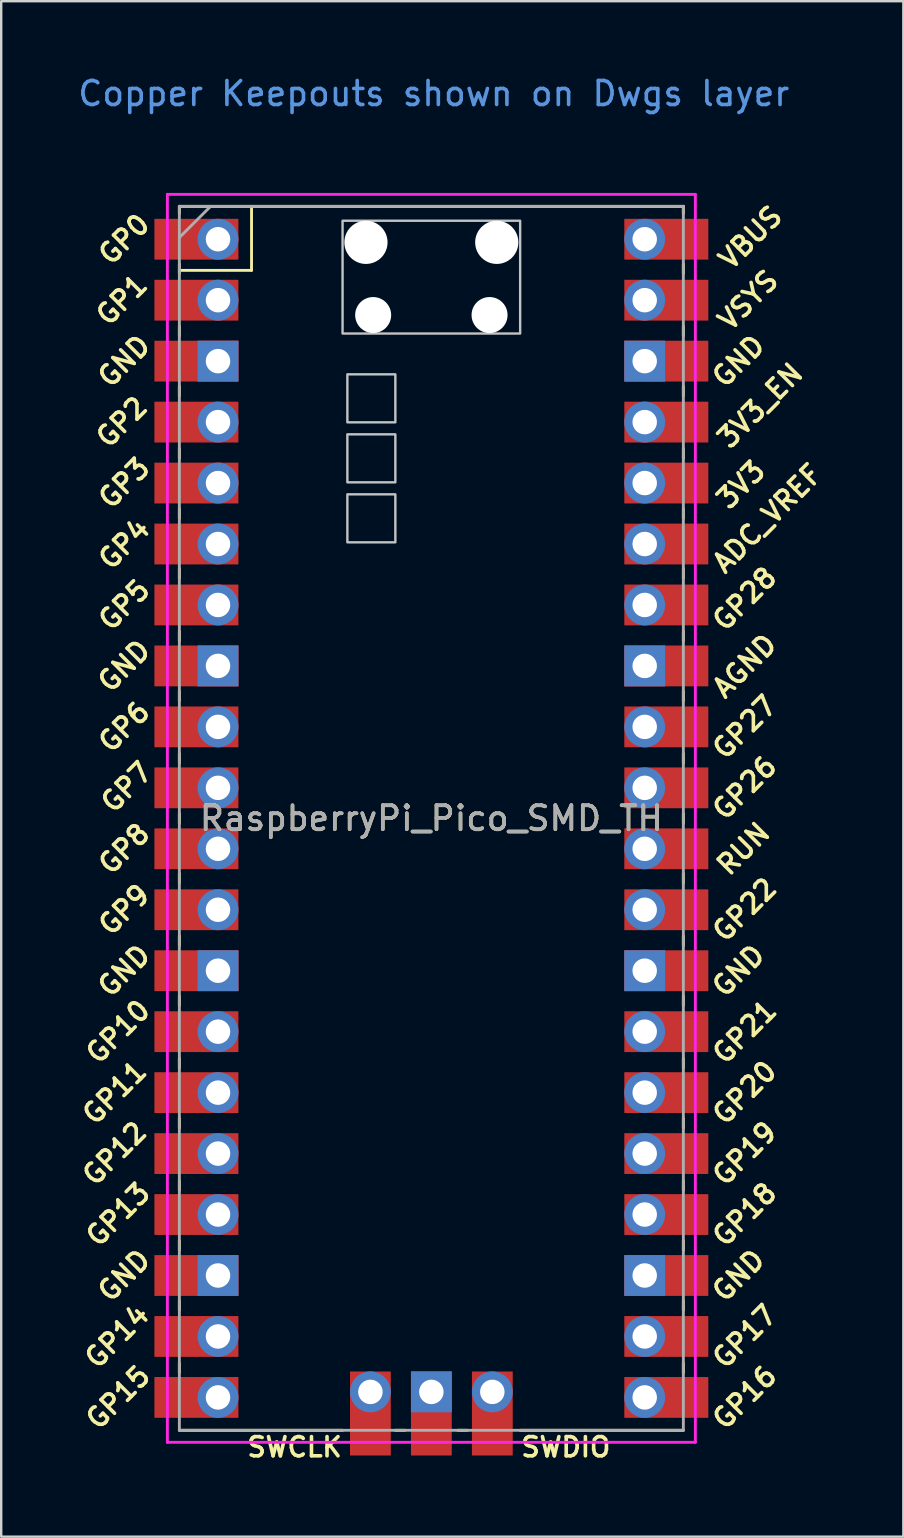
<source format=kicad_pcb>
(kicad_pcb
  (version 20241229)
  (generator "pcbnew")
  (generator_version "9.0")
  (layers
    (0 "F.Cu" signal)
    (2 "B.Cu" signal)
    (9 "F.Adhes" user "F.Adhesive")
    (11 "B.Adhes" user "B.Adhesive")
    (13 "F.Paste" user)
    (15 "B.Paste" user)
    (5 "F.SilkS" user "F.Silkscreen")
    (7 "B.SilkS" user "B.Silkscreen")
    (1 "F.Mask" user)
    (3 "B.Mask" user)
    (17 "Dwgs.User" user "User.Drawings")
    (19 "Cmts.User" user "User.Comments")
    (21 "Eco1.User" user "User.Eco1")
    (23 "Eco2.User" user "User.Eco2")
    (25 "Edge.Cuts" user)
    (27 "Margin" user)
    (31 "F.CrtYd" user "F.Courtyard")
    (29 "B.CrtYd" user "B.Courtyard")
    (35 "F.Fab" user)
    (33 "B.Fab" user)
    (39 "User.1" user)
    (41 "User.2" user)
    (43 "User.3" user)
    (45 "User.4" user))
  (footprint "RaspberryPi_Pico_SMD_TH"
    (layer "F.Cu")
    (at 14.924 31.048)
    (property "Reference" "RaspberryPi_Pico_SMD_TH" (at 0 0 0) (layer "F.SilkS") (effects (font (size 1 1) (thickness 0.15))))
    (attr through_hole)
    (fp_line (start -10.5 -25.5) (end -10.5 -25.2) (stroke (width 0.12) (type solid)) (layer "F.SilkS"))
    (fp_line (start -10.5 -25.5) (end 10.5 -25.5) (stroke (width 0.12) (type solid)) (layer "F.SilkS"))
    (fp_line (start -10.5 -23.1) (end -10.5 -22.7) (stroke (width 0.12) (type solid)) (layer "F.SilkS"))
    (fp_line (start -10.5 -22.833) (end -7.493 -22.833) (stroke (width 0.12) (type solid)) (layer "F.SilkS"))
    (fp_line (start -10.5 -20.5) (end -10.5 -20.1) (stroke (width 0.12) (type solid)) (layer "F.SilkS"))
    (fp_line (start -10.5 -18) (end -10.5 -17.6) (stroke (width 0.12) (type solid)) (layer "F.SilkS"))
    (fp_line (start -10.5 -15.4) (end -10.5 -15) (stroke (width 0.12) (type solid)) (layer "F.SilkS"))
    (fp_line (start -10.5 -12.9) (end -10.5 -12.5) (stroke (width 0.12) (type solid)) (layer "F.SilkS"))
    (fp_line (start -10.5 -10.4) (end -10.5 -10) (stroke (width 0.12) (type solid)) (layer "F.SilkS"))
    (fp_line (start -10.5 -7.8) (end -10.5 -7.4) (stroke (width 0.12) (type solid)) (layer "F.SilkS"))
    (fp_line (start -10.5 -5.3) (end -10.5 -4.9) (stroke (width 0.12) (type solid)) (layer "F.SilkS"))
    (fp_line (start -10.5 -2.7) (end -10.5 -2.3) (stroke (width 0.12) (type solid)) (layer "F.SilkS"))
    (fp_line (start -10.5 -0.2) (end -10.5 0.2) (stroke (width 0.12) (type solid)) (layer "F.SilkS"))
    (fp_line (start -10.5 2.3) (end -10.5 2.7) (stroke (width 0.12) (type solid)) (layer "F.SilkS"))
    (fp_line (start -10.5 4.9) (end -10.5 5.3) (stroke (width 0.12) (type solid)) (layer "F.SilkS"))
    (fp_line (start -10.5 7.4) (end -10.5 7.8) (stroke (width 0.12) (type solid)) (layer "F.SilkS"))
    (fp_line (start -10.5 10) (end -10.5 10.4) (stroke (width 0.12) (type solid)) (layer "F.SilkS"))
    (fp_line (start -10.5 12.5) (end -10.5 12.9) (stroke (width 0.12) (type solid)) (layer "F.SilkS"))
    (fp_line (start -10.5 15.1) (end -10.5 15.5) (stroke (width 0.12) (type solid)) (layer "F.SilkS"))
    (fp_line (start -10.5 17.6) (end -10.5 18) (stroke (width 0.12) (type solid)) (layer "F.SilkS"))
    (fp_line (start -10.5 20.1) (end -10.5 20.5) (stroke (width 0.12) (type solid)) (layer "F.SilkS"))
    (fp_line (start -10.5 22.7) (end -10.5 23.1) (stroke (width 0.12) (type solid)) (layer "F.SilkS"))
    (fp_line (start -7.493 -22.833) (end -7.493 -25.5) (stroke (width 0.12) (type solid)) (layer "F.SilkS"))
    (fp_line (start -3.7 25.5) (end -10.5 25.5) (stroke (width 0.12) (type solid)) (layer "F.SilkS"))
    (fp_line (start -1.5 25.5) (end -1.1 25.5) (stroke (width 0.12) (type solid)) (layer "F.SilkS"))
    (fp_line (start 1.1 25.5) (end 1.5 25.5) (stroke (width 0.12) (type solid)) (layer "F.SilkS"))
    (fp_line (start 10.5 -25.5) (end 10.5 -25.2) (stroke (width 0.12) (type solid)) (layer "F.SilkS"))
    (fp_line (start 10.5 -23.1) (end 10.5 -22.7) (stroke (width 0.12) (type solid)) (layer "F.SilkS"))
    (fp_line (start 10.5 -20.5) (end 10.5 -20.1) (stroke (width 0.12) (type solid)) (layer "F.SilkS"))
    (fp_line (start 10.5 -18) (end 10.5 -17.6) (stroke (width 0.12) (type solid)) (layer "F.SilkS"))
    (fp_line (start 10.5 -15.4) (end 10.5 -15) (stroke (width 0.12) (type solid)) (layer "F.SilkS"))
    (fp_line (start 10.5 -12.9) (end 10.5 -12.5) (stroke (width 0.12) (type solid)) (layer "F.SilkS"))
    (fp_line (start 10.5 -10.4) (end 10.5 -10) (stroke (width 0.12) (type solid)) (layer "F.SilkS"))
    (fp_line (start 10.5 -7.8) (end 10.5 -7.4) (stroke (width 0.12) (type solid)) (layer "F.SilkS"))
    (fp_line (start 10.5 -5.3) (end 10.5 -4.9) (stroke (width 0.12) (type solid)) (layer "F.SilkS"))
    (fp_line (start 10.5 -2.7) (end 10.5 -2.3) (stroke (width 0.12) (type solid)) (layer "F.SilkS"))
    (fp_line (start 10.5 -0.2) (end 10.5 0.2) (stroke (width 0.12) (type solid)) (layer "F.SilkS"))
    (fp_line (start 10.5 2.3) (end 10.5 2.7) (stroke (width 0.12) (type solid)) (layer "F.SilkS"))
    (fp_line (start 10.5 4.9) (end 10.5 5.3) (stroke (width 0.12) (type solid)) (layer "F.SilkS"))
    (fp_line (start 10.5 7.4) (end 10.5 7.8) (stroke (width 0.12) (type solid)) (layer "F.SilkS"))
    (fp_line (start 10.5 10) (end 10.5 10.4) (stroke (width 0.12) (type solid)) (layer "F.SilkS"))
    (fp_line (start 10.5 12.5) (end 10.5 12.9) (stroke (width 0.12) (type solid)) (layer "F.SilkS"))
    (fp_line (start 10.5 15.1) (end 10.5 15.5) (stroke (width 0.12) (type solid)) (layer "F.SilkS"))
    (fp_line (start 10.5 17.6) (end 10.5 18) (stroke (width 0.12) (type solid)) (layer "F.SilkS"))
    (fp_line (start 10.5 20.1) (end 10.5 20.5) (stroke (width 0.12) (type solid)) (layer "F.SilkS"))
    (fp_line (start 10.5 22.7) (end 10.5 23.1) (stroke (width 0.12) (type solid)) (layer "F.SilkS"))
    (fp_line (start 10.5 25.5) (end 3.7 25.5) (stroke (width 0.12) (type solid)) (layer "F.SilkS"))
    (fp_poly (pts (xy -1.5 -16.5) (xy -3.5 -16.5) (xy -3.5 -18.5) (xy -1.5 -18.5)) (stroke (width 0.1) (type solid)) (fill no) (layer "Dwgs.User"))
    (fp_poly (pts (xy -1.5 -14) (xy -3.5 -14) (xy -3.5 -16) (xy -1.5 -16)) (stroke (width 0.1) (type solid)) (fill no) (layer "Dwgs.User"))
    (fp_poly (pts (xy -1.5 -11.5) (xy -3.5 -11.5) (xy -3.5 -13.5) (xy -1.5 -13.5)) (stroke (width 0.1) (type solid)) (fill no) (layer "Dwgs.User"))
    (fp_poly (pts (xy 3.7 -20.2) (xy -3.7 -20.2) (xy -3.7 -24.9) (xy 3.7 -24.9)) (stroke (width 0.1) (type solid)) (fill no) (layer "Dwgs.User"))
    (fp_line (start -11 -26) (end 11 -26) (stroke (width 0.12) (type solid)) (layer "F.CrtYd"))
    (fp_line (start -11 26) (end -11 -26) (stroke (width 0.12) (type solid)) (layer "F.CrtYd"))
    (fp_line (start 11 -26) (end 11 26) (stroke (width 0.12) (type solid)) (layer "F.CrtYd"))
    (fp_line (start 11 26) (end -11 26) (stroke (width 0.12) (type solid)) (layer "F.CrtYd"))
    (fp_line (start -10.5 -25.5) (end 10.5 -25.5) (stroke (width 0.12) (type solid)) (layer "F.Fab"))
    (fp_line (start -10.5 -24.2) (end -9.2 -25.5) (stroke (width 0.12) (type solid)) (layer "F.Fab"))
    (fp_line (start -10.5 25.5) (end -10.5 -25.5) (stroke (width 0.12) (type solid)) (layer "F.Fab"))
    (fp_line (start 10.5 -25.5) (end 10.5 25.5) (stroke (width 0.12) (type solid)) (layer "F.Fab"))
    (fp_line (start 10.5 25.5) (end -10.5 25.5) (stroke (width 0.12) (type solid)) (layer "F.Fab"))
    (fp_text user "GP0" (at -12.8 -24.13 45) (layer "F.SilkS") (effects (font (size 0.8 0.8) (thickness 0.15))))
    (fp_text user "GND" (at 12.8 -19.05 45) (layer "F.SilkS") (effects (font (size 0.8 0.8) (thickness 0.15))))
    (fp_text user "GP28" (at 13.054 -9.144 45) (layer "F.SilkS") (effects (font (size 0.8 0.8) (thickness 0.15))))
    (fp_text user "GP11" (at -13.2 11.43 45) (layer "F.SilkS") (effects (font (size 0.8 0.8) (thickness 0.15))))
    (fp_text user "GP27" (at 13.054 -3.8 45) (layer "F.SilkS") (effects (font (size 0.8 0.8) (thickness 0.15))))
    (fp_text user "GP2" (at -12.9 -16.51 45) (layer "F.SilkS") (effects (font (size 0.8 0.8) (thickness 0.15))))
    (fp_text user "GND" (at -12.8 -6.35 45) (layer "F.SilkS") (effects (font (size 0.8 0.8) (thickness 0.15))))
    (fp_text user "GP9" (at -12.8 3.81 45) (layer "F.SilkS") (effects (font (size 0.8 0.8) (thickness 0.15))))
    (fp_text user "GP17" (at 13.054 21.59 45) (layer "F.SilkS") (effects (font (size 0.8 0.8) (thickness 0.15))))
    (fp_text user "GP8" (at -12.8 1.27 45) (layer "F.SilkS") (effects (font (size 0.8 0.8) (thickness 0.15))))
    (fp_text user "GP18" (at 13.054 16.51 45) (layer "F.SilkS") (effects (font (size 0.8 0.8) (thickness 0.15))))
    (fp_text user "VSYS" (at 13.2 -21.59 45) (layer "F.SilkS") (effects (font (size 0.8 0.8) (thickness 0.15))))
    (fp_text user "GP14" (at -13.1 21.59 45) (layer "F.SilkS") (effects (font (size 0.8 0.8) (thickness 0.15))))
    (fp_text user "VBUS" (at 13.3 -24.2 45) (layer "F.SilkS") (effects (font (size 0.8 0.8) (thickness 0.15))))
    (fp_text user "GP13" (at -13.054 16.51 45) (layer "F.SilkS") (effects (font (size 0.8 0.8) (thickness 0.15))))
    (fp_text user "GP19" (at 13.054 13.97 45) (layer "F.SilkS") (effects (font (size 0.8 0.8) (thickness 0.15))))
    (fp_text user "3V3" (at 12.9 -13.9 45) (layer "F.SilkS") (effects (font (size 0.8 0.8) (thickness 0.15))))
    (fp_text user "GP26" (at 13.054 -1.27 45) (layer "F.SilkS") (effects (font (size 0.8 0.8) (thickness 0.15))))
    (fp_text user "RUN" (at 13 1.27 45) (layer "F.SilkS") (effects (font (size 0.8 0.8) (thickness 0.15))))
    (fp_text user "3V3_EN" (at 13.7 -17.2 45) (layer "F.SilkS") (effects (font (size 0.8 0.8) (thickness 0.15))))
    (fp_text user "SWDIO" (at 5.6 26.2 0) (layer "F.SilkS") (effects (font (size 0.8 0.8) (thickness 0.15))))
    (fp_text user "GP16" (at 13.054 24.13 45) (layer "F.SilkS") (effects (font (size 0.8 0.8) (thickness 0.15))))
    (fp_text user "GND" (at 12.8 6.35 45) (layer "F.SilkS") (effects (font (size 0.8 0.8) (thickness 0.15))))
    (fp_text user "GP10" (at -13.054 8.89 45) (layer "F.SilkS") (effects (font (size 0.8 0.8) (thickness 0.15))))
    (fp_text user "GP4" (at -12.8 -11.43 45) (layer "F.SilkS") (effects (font (size 0.8 0.8) (thickness 0.15))))
    (fp_text user "GND" (at -12.8 -19.05 45) (layer "F.SilkS") (effects (font (size 0.8 0.8) (thickness 0.15))))
    (fp_text user "GP1" (at -12.9 -21.6 45) (layer "F.SilkS") (effects (font (size 0.8 0.8) (thickness 0.15))))
    (fp_text user "GP7" (at -12.7 -1.3 45) (layer "F.SilkS") (effects (font (size 0.8 0.8) (thickness 0.15))))
    (fp_text user "GND" (at -12.8 19.05 45) (layer "F.SilkS") (effects (font (size 0.8 0.8) (thickness 0.15))))
    (fp_text user "GND" (at -12.8 6.35 45) (layer "F.SilkS") (effects (font (size 0.8 0.8) (thickness 0.15))))
    (fp_text user "GP20" (at 13.054 11.43 45) (layer "F.SilkS") (effects (font (size 0.8 0.8) (thickness 0.15))))
    (fp_text user "GP15" (at -13.054 24.13 45) (layer "F.SilkS") (effects (font (size 0.8 0.8) (thickness 0.15))))
    (fp_text user "GP3" (at -12.8 -13.97 45) (layer "F.SilkS") (effects (font (size 0.8 0.8) (thickness 0.15))))
    (fp_text user "ADC_VREF" (at 14 -12.5 45) (layer "F.SilkS") (effects (font (size 0.8 0.8) (thickness 0.15))))
    (fp_text user "GP5" (at -12.8 -8.89 45) (layer "F.SilkS") (effects (font (size 0.8 0.8) (thickness 0.15))))
    (fp_text user "GP22" (at 13.054 3.81 45) (layer "F.SilkS") (effects (font (size 0.8 0.8) (thickness 0.15))))
    (fp_text user "GND" (at 12.8 19.05 45) (layer "F.SilkS") (effects (font (size 0.8 0.8) (thickness 0.15))))
    (fp_text user "GP12" (at -13.2 13.97 45) (layer "F.SilkS") (effects (font (size 0.8 0.8) (thickness 0.15))))
    (fp_text user "AGND" (at 13.054 -6.35 45) (layer "F.SilkS") (effects (font (size 0.8 0.8) (thickness 0.15))))
    (fp_text user "GP21" (at 13.054 8.9 45) (layer "F.SilkS") (effects (font (size 0.8 0.8) (thickness 0.15))))
    (fp_text user "SWCLK" (at -5.7 26.2 0) (layer "F.SilkS") (effects (font (size 0.8 0.8) (thickness 0.15))))
    (fp_text user "GP6" (at -12.8 -3.81 45) (layer "F.SilkS") (effects (font (size 0.8 0.8) (thickness 0.15))))
    (fp_text user "Copper Keepouts shown on Dwgs layer" (at 0.1 -30.2 0) (layer "Cmts.User") (effects (font (size 1 1) (thickness 0.15))))
    (fp_text user "${REFERENCE}" (at 0 0 180) (layer "F.Fab") (effects (font (size 1 1) (thickness 0.15))))
    (pad "" np_thru_hole oval (at -2.725 -24) (size 1.8 1.8) (drill 1.8) (layers "*.Cu" "*.Mask"))
    (pad "" np_thru_hole oval (at -2.425 -20.97) (size 1.5 1.5) (drill 1.5) (layers "*.Cu" "*.Mask"))
    (pad "" np_thru_hole oval (at 2.425 -20.97) (size 1.5 1.5) (drill 1.5) (layers "*.Cu" "*.Mask"))
    (pad "" np_thru_hole oval (at 2.725 -24) (size 1.8 1.8) (drill 1.8) (layers "*.Cu" "*.Mask"))
    (pad "1" thru_hole oval (at -8.89 -24.13) (size 1.7 1.7) (drill 1.02) (layers "*.Cu" "*.Mask"))
    (pad "1" smd rect (at -8.89 -24.13) (size 3.5 1.7) (drill (offset -0.9 0)) (layers "F.Cu" "F.Mask"))
    (pad "2" thru_hole oval (at -8.89 -21.59) (size 1.7 1.7) (drill 1.02) (layers "*.Cu" "*.Mask"))
    (pad "2" smd rect (at -8.89 -21.59) (size 3.5 1.7) (drill (offset -0.9 0)) (layers "F.Cu" "F.Mask"))
    (pad "3" thru_hole rect (at -8.89 -19.05) (size 1.7 1.7) (drill 1.02) (layers "*.Cu" "*.Mask"))
    (pad "3" smd rect (at -8.89 -19.05) (size 3.5 1.7) (drill (offset -0.9 0)) (layers "F.Cu" "F.Mask"))
    (pad "4" thru_hole oval (at -8.89 -16.51) (size 1.7 1.7) (drill 1.02) (layers "*.Cu" "*.Mask"))
    (pad "4" smd rect (at -8.89 -16.51) (size 3.5 1.7) (drill (offset -0.9 0)) (layers "F.Cu" "F.Mask"))
    (pad "5" thru_hole oval (at -8.89 -13.97) (size 1.7 1.7) (drill 1.02) (layers "*.Cu" "*.Mask"))
    (pad "5" smd rect (at -8.89 -13.97) (size 3.5 1.7) (drill (offset -0.9 0)) (layers "F.Cu" "F.Mask"))
    (pad "6" thru_hole oval (at -8.89 -11.43) (size 1.7 1.7) (drill 1.02) (layers "*.Cu" "*.Mask"))
    (pad "6" smd rect (at -8.89 -11.43) (size 3.5 1.7) (drill (offset -0.9 0)) (layers "F.Cu" "F.Mask"))
    (pad "7" thru_hole oval (at -8.89 -8.89) (size 1.7 1.7) (drill 1.02) (layers "*.Cu" "*.Mask"))
    (pad "7" smd rect (at -8.89 -8.89) (size 3.5 1.7) (drill (offset -0.9 0)) (layers "F.Cu" "F.Mask"))
    (pad "8" thru_hole rect (at -8.89 -6.35) (size 1.7 1.7) (drill 1.02) (layers "*.Cu" "*.Mask"))
    (pad "8" smd rect (at -8.89 -6.35) (size 3.5 1.7) (drill (offset -0.9 0)) (layers "F.Cu" "F.Mask"))
    (pad "9" thru_hole oval (at -8.89 -3.81) (size 1.7 1.7) (drill 1.02) (layers "*.Cu" "*.Mask"))
    (pad "9" smd rect (at -8.89 -3.81) (size 3.5 1.7) (drill (offset -0.9 0)) (layers "F.Cu" "F.Mask"))
    (pad "10" thru_hole oval (at -8.89 -1.27) (size 1.7 1.7) (drill 1.02) (layers "*.Cu" "*.Mask"))
    (pad "10" smd rect (at -8.89 -1.27) (size 3.5 1.7) (drill (offset -0.9 0)) (layers "F.Cu" "F.Mask"))
    (pad "11" thru_hole oval (at -8.89 1.27) (size 1.7 1.7) (drill 1.02) (layers "*.Cu" "*.Mask"))
    (pad "11" smd rect (at -8.89 1.27) (size 3.5 1.7) (drill (offset -0.9 0)) (layers "F.Cu" "F.Mask"))
    (pad "12" thru_hole oval (at -8.89 3.81) (size 1.7 1.7) (drill 1.02) (layers "*.Cu" "*.Mask"))
    (pad "12" smd rect (at -8.89 3.81) (size 3.5 1.7) (drill (offset -0.9 0)) (layers "F.Cu" "F.Mask"))
    (pad "13" thru_hole rect (at -8.89 6.35) (size 1.7 1.7) (drill 1.02) (layers "*.Cu" "*.Mask"))
    (pad "13" smd rect (at -8.89 6.35) (size 3.5 1.7) (drill (offset -0.9 0)) (layers "F.Cu" "F.Mask"))
    (pad "14" thru_hole oval (at -8.89 8.89) (size 1.7 1.7) (drill 1.02) (layers "*.Cu" "*.Mask"))
    (pad "14" smd rect (at -8.89 8.89) (size 3.5 1.7) (drill (offset -0.9 0)) (layers "F.Cu" "F.Mask"))
    (pad "15" thru_hole oval (at -8.89 11.43) (size 1.7 1.7) (drill 1.02) (layers "*.Cu" "*.Mask"))
    (pad "15" smd rect (at -8.89 11.43) (size 3.5 1.7) (drill (offset -0.9 0)) (layers "F.Cu" "F.Mask"))
    (pad "16" thru_hole oval (at -8.89 13.97) (size 1.7 1.7) (drill 1.02) (layers "*.Cu" "*.Mask"))
    (pad "16" smd rect (at -8.89 13.97) (size 3.5 1.7) (drill (offset -0.9 0)) (layers "F.Cu" "F.Mask"))
    (pad "17" thru_hole oval (at -8.89 16.51) (size 1.7 1.7) (drill 1.02) (layers "*.Cu" "*.Mask"))
    (pad "17" smd rect (at -8.89 16.51) (size 3.5 1.7) (drill (offset -0.9 0)) (layers "F.Cu" "F.Mask"))
    (pad "18" thru_hole rect (at -8.89 19.05) (size 1.7 1.7) (drill 1.02) (layers "*.Cu" "*.Mask"))
    (pad "18" smd rect (at -8.89 19.05) (size 3.5 1.7) (drill (offset -0.9 0)) (layers "F.Cu" "F.Mask"))
    (pad "19" thru_hole oval (at -8.89 21.59) (size 1.7 1.7) (drill 1.02) (layers "*.Cu" "*.Mask"))
    (pad "19" smd rect (at -8.89 21.59) (size 3.5 1.7) (drill (offset -0.9 0)) (layers "F.Cu" "F.Mask"))
    (pad "20" thru_hole oval (at -8.89 24.13) (size 1.7 1.7) (drill 1.02) (layers "*.Cu" "*.Mask"))
    (pad "20" smd rect (at -8.89 24.13) (size 3.5 1.7) (drill (offset -0.9 0)) (layers "F.Cu" "F.Mask"))
    (pad "21" thru_hole oval (at 8.89 24.13) (size 1.7 1.7) (drill 1.02) (layers "*.Cu" "*.Mask"))
    (pad "21" smd rect (at 8.89 24.13) (size 3.5 1.7) (drill (offset 0.9 0)) (layers "F.Cu" "F.Mask"))
    (pad "22" thru_hole oval (at 8.89 21.59) (size 1.7 1.7) (drill 1.02) (layers "*.Cu" "*.Mask"))
    (pad "22" smd rect (at 8.89 21.59) (size 3.5 1.7) (drill (offset 0.9 0)) (layers "F.Cu" "F.Mask"))
    (pad "23" thru_hole rect (at 8.89 19.05) (size 1.7 1.7) (drill 1.02) (layers "*.Cu" "*.Mask"))
    (pad "23" smd rect (at 8.89 19.05) (size 3.5 1.7) (drill (offset 0.9 0)) (layers "F.Cu" "F.Mask"))
    (pad "24" thru_hole oval (at 8.89 16.51) (size 1.7 1.7) (drill 1.02) (layers "*.Cu" "*.Mask"))
    (pad "24" smd rect (at 8.89 16.51) (size 3.5 1.7) (drill (offset 0.9 0)) (layers "F.Cu" "F.Mask"))
    (pad "25" thru_hole oval (at 8.89 13.97) (size 1.7 1.7) (drill 1.02) (layers "*.Cu" "*.Mask"))
    (pad "25" smd rect (at 8.89 13.97) (size 3.5 1.7) (drill (offset 0.9 0)) (layers "F.Cu" "F.Mask"))
    (pad "26" thru_hole oval (at 8.89 11.43) (size 1.7 1.7) (drill 1.02) (layers "*.Cu" "*.Mask"))
    (pad "26" smd rect (at 8.89 11.43) (size 3.5 1.7) (drill (offset 0.9 0)) (layers "F.Cu" "F.Mask"))
    (pad "27" thru_hole oval (at 8.89 8.89) (size 1.7 1.7) (drill 1.02) (layers "*.Cu" "*.Mask"))
    (pad "27" smd rect (at 8.89 8.89) (size 3.5 1.7) (drill (offset 0.9 0)) (layers "F.Cu" "F.Mask"))
    (pad "28" thru_hole rect (at 8.89 6.35) (size 1.7 1.7) (drill 1.02) (layers "*.Cu" "*.Mask"))
    (pad "28" smd rect (at 8.89 6.35) (size 3.5 1.7) (drill (offset 0.9 0)) (layers "F.Cu" "F.Mask"))
    (pad "29" thru_hole oval (at 8.89 3.81) (size 1.7 1.7) (drill 1.02) (layers "*.Cu" "*.Mask"))
    (pad "29" smd rect (at 8.89 3.81) (size 3.5 1.7) (drill (offset 0.9 0)) (layers "F.Cu" "F.Mask"))
    (pad "30" thru_hole oval (at 8.89 1.27) (size 1.7 1.7) (drill 1.02) (layers "*.Cu" "*.Mask"))
    (pad "30" smd rect (at 8.89 1.27) (size 3.5 1.7) (drill (offset 0.9 0)) (layers "F.Cu" "F.Mask"))
    (pad "31" thru_hole oval (at 8.89 -1.27) (size 1.7 1.7) (drill 1.02) (layers "*.Cu" "*.Mask"))
    (pad "31" smd rect (at 8.89 -1.27) (size 3.5 1.7) (drill (offset 0.9 0)) (layers "F.Cu" "F.Mask"))
    (pad "32" thru_hole oval (at 8.89 -3.81) (size 1.7 1.7) (drill 1.02) (layers "*.Cu" "*.Mask"))
    (pad "32" smd rect (at 8.89 -3.81) (size 3.5 1.7) (drill (offset 0.9 0)) (layers "F.Cu" "F.Mask"))
    (pad "33" thru_hole rect (at 8.89 -6.35) (size 1.7 1.7) (drill 1.02) (layers "*.Cu" "*.Mask"))
    (pad "33" smd rect (at 8.89 -6.35) (size 3.5 1.7) (drill (offset 0.9 0)) (layers "F.Cu" "F.Mask"))
    (pad "34" thru_hole oval (at 8.89 -8.89) (size 1.7 1.7) (drill 1.02) (layers "*.Cu" "*.Mask"))
    (pad "34" smd rect (at 8.89 -8.89) (size 3.5 1.7) (drill (offset 0.9 0)) (layers "F.Cu" "F.Mask"))
    (pad "35" thru_hole oval (at 8.89 -11.43) (size 1.7 1.7) (drill 1.02) (layers "*.Cu" "*.Mask"))
    (pad "35" smd rect (at 8.89 -11.43) (size 3.5 1.7) (drill (offset 0.9 0)) (layers "F.Cu" "F.Mask"))
    (pad "36" thru_hole oval (at 8.89 -13.97) (size 1.7 1.7) (drill 1.02) (layers "*.Cu" "*.Mask"))
    (pad "36" smd rect (at 8.89 -13.97) (size 3.5 1.7) (drill (offset 0.9 0)) (layers "F.Cu" "F.Mask"))
    (pad "37" thru_hole oval (at 8.89 -16.51) (size 1.7 1.7) (drill 1.02) (layers "*.Cu" "*.Mask"))
    (pad "37" smd rect (at 8.89 -16.51) (size 3.5 1.7) (drill (offset 0.9 0)) (layers "F.Cu" "F.Mask"))
    (pad "38" thru_hole rect (at 8.89 -19.05) (size 1.7 1.7) (drill 1.02) (layers "*.Cu" "*.Mask"))
    (pad "38" smd rect (at 8.89 -19.05) (size 3.5 1.7) (drill (offset 0.9 0)) (layers "F.Cu" "F.Mask"))
    (pad "39" thru_hole oval (at 8.89 -21.59) (size 1.7 1.7) (drill 1.02) (layers "*.Cu" "*.Mask"))
    (pad "39" smd rect (at 8.89 -21.59) (size 3.5 1.7) (drill (offset 0.9 0)) (layers "F.Cu" "F.Mask"))
    (pad "40" thru_hole oval (at 8.89 -24.13) (size 1.7 1.7) (drill 1.02) (layers "*.Cu" "*.Mask"))
    (pad "40" smd rect (at 8.89 -24.13) (size 3.5 1.7) (drill (offset 0.9 0)) (layers "F.Cu" "F.Mask"))
    (pad "41" thru_hole oval (at -2.54 23.9) (size 1.7 1.7) (drill 1.02) (layers "*.Cu" "*.Mask"))
    (pad "41" smd rect (at -2.54 23.9 90) (size 3.5 1.7) (drill (offset -0.9 0)) (layers "F.Cu" "F.Mask"))
    (pad "42" thru_hole rect (at 0 23.9) (size 1.7 1.7) (drill 1.02) (layers "*.Cu" "*.Mask"))
    (pad "42" smd rect (at 0 23.9 90) (size 3.5 1.7) (drill (offset -0.9 0)) (layers "F.Cu" "F.Mask"))
    (pad "43" thru_hole oval (at 2.54 23.9) (size 1.7 1.7) (drill 1.02) (layers "*.Cu" "*.Mask"))
    (pad "43" smd rect (at 2.54 23.9 90) (size 3.5 1.7) (drill (offset -0.9 0)) (layers "F.Cu" "F.Mask")))
  (gr_rect
    (start -3 -3)
    (end 34.591 60.98)
    (stroke (width 0.1) (type default))
    (fill no)
    (layer "Edge.Cuts")))
</source>
